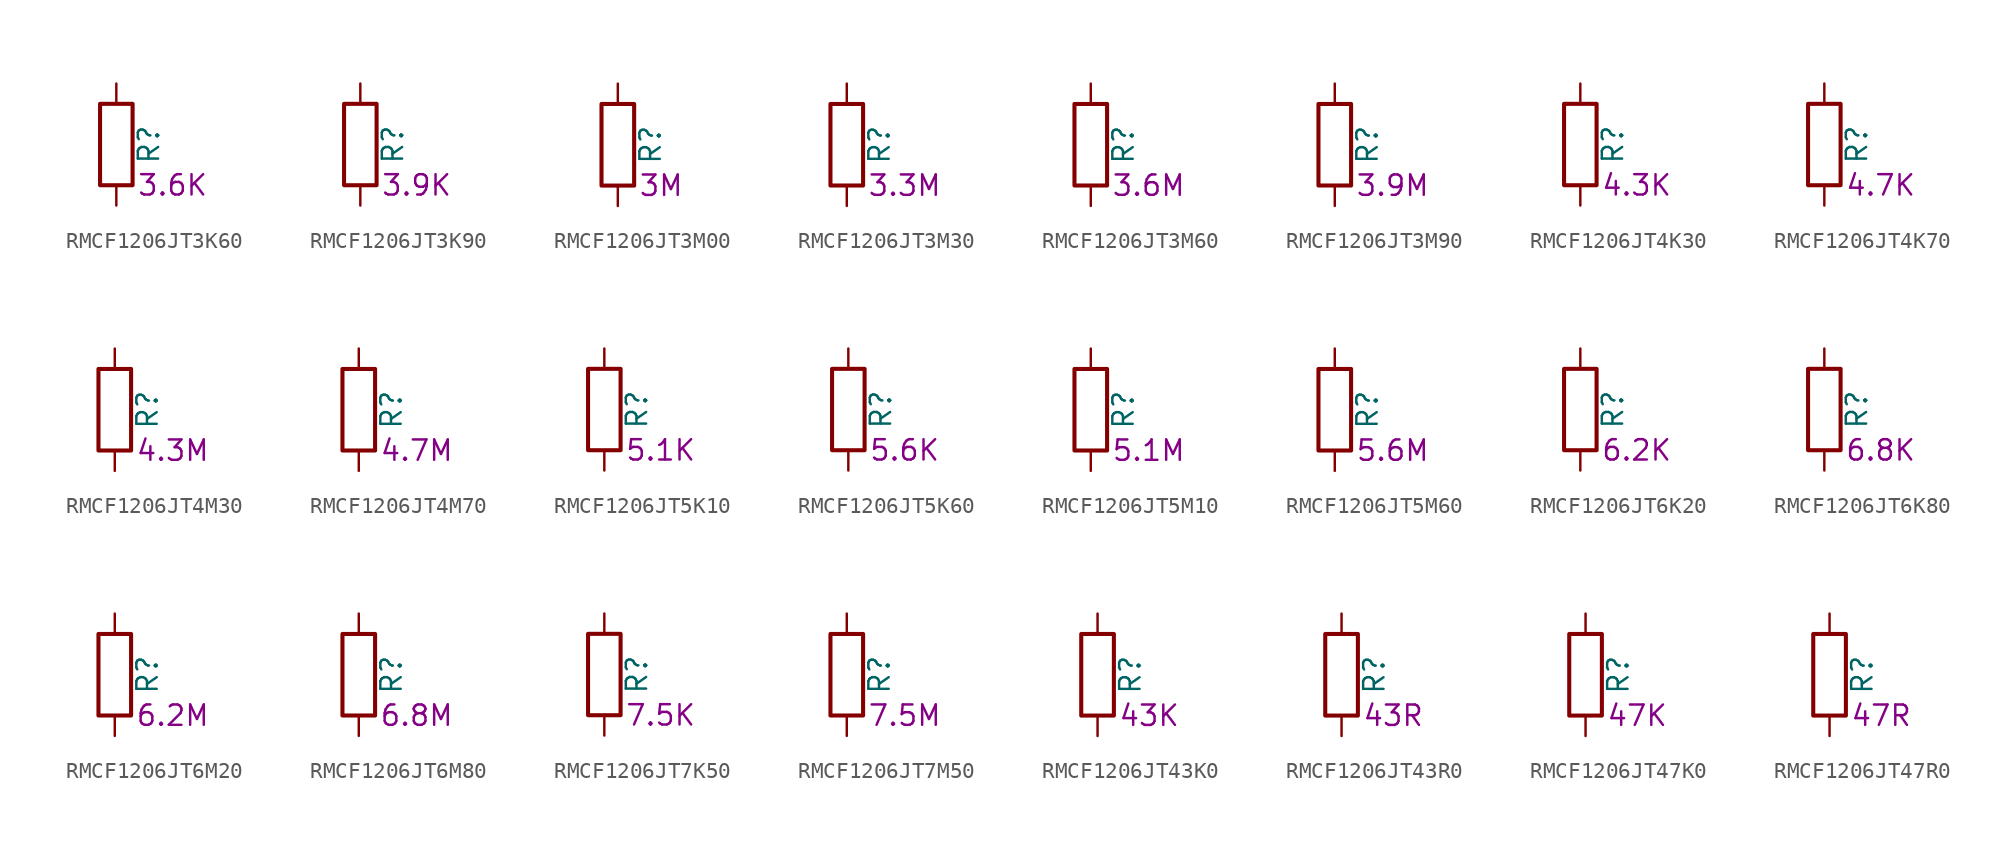
<source format=kicad_sym>
(kicad_symbol_lib
  (version 20220914)
  (generator kicad_symbol_editor)
  (symbol "RMCF1206JT3K60"
    (pin_numbers hide)
    (pin_names
      (offset 0))
    (property "Reference" "R"
      (at 2.032 0 90)
      (effects (font (size 1.27 1.27))))
    (property "Resistance" "3.6K"
      (at 1.27 -2.54 0)
      (effects (font (size 1.27 1.27)) (justify left)))
    (symbol "RMCF1206JT3K60_0_1"
      (rectangle (start -1.016 -2.54) (end 1.016 2.54) (stroke (width 0.254) (type default)) (fill (type none))))
    (symbol "RMCF1206JT3K60_1_1"
      (pin passive line (at 0 3.81 270) (length 1.27) (name "~" (effects (font (size 1.27 1.27)))) (number "1" (effects (font (size 1.27 1.27)))))
      (pin passive line (at 0 -3.81 90) (length 1.27) (name "~" (effects (font (size 1.27 1.27)))) (number "2" (effects (font (size 1.27 1.27)))))))
  (symbol "RMCF1206JT3K90"
    (pin_numbers hide)
    (pin_names
      (offset 0))
    (property "Reference" "R"
      (at 2.032 0 90)
      (effects (font (size 1.27 1.27))))
    (property "Resistance" "3.9K"
      (at 1.27 -2.54 0)
      (effects (font (size 1.27 1.27)) (justify left)))
    (symbol "RMCF1206JT3K90_0_1"
      (rectangle (start -1.016 -2.54) (end 1.016 2.54) (stroke (width 0.254) (type default)) (fill (type none))))
    (symbol "RMCF1206JT3K90_1_1"
      (pin passive line (at 0 3.81 270) (length 1.27) (name "~" (effects (font (size 1.27 1.27)))) (number "1" (effects (font (size 1.27 1.27)))))
      (pin passive line (at 0 -3.81 90) (length 1.27) (name "~" (effects (font (size 1.27 1.27)))) (number "2" (effects (font (size 1.27 1.27)))))))
  (symbol "RMCF1206JT3M00"
    (pin_numbers hide)
    (pin_names
      (offset 0))
    (property "Reference" "R"
      (at 2.032 0 90)
      (effects (font (size 1.27 1.27))))
    (property "Resistance" "3M"
      (at 1.27 -2.54 0)
      (effects (font (size 1.27 1.27)) (justify left)))
    (symbol "RMCF1206JT3M00_0_1"
      (rectangle (start -1.016 -2.54) (end 1.016 2.54) (stroke (width 0.254) (type default)) (fill (type none))))
    (symbol "RMCF1206JT3M00_1_1"
      (pin passive line (at 0 3.81 270) (length 1.27) (name "~" (effects (font (size 1.27 1.27)))) (number "1" (effects (font (size 1.27 1.27)))))
      (pin passive line (at 0 -3.81 90) (length 1.27) (name "~" (effects (font (size 1.27 1.27)))) (number "2" (effects (font (size 1.27 1.27)))))))
  (symbol "RMCF1206JT3M30"
    (pin_numbers hide)
    (pin_names
      (offset 0))
    (property "Reference" "R"
      (at 2.032 0 90)
      (effects (font (size 1.27 1.27))))
    (property "Resistance" "3.3M"
      (at 1.27 -2.54 0)
      (effects (font (size 1.27 1.27)) (justify left)))
    (symbol "RMCF1206JT3M30_0_1"
      (rectangle (start -1.016 -2.54) (end 1.016 2.54) (stroke (width 0.254) (type default)) (fill (type none))))
    (symbol "RMCF1206JT3M30_1_1"
      (pin passive line (at 0 3.81 270) (length 1.27) (name "~" (effects (font (size 1.27 1.27)))) (number "1" (effects (font (size 1.27 1.27)))))
      (pin passive line (at 0 -3.81 90) (length 1.27) (name "~" (effects (font (size 1.27 1.27)))) (number "2" (effects (font (size 1.27 1.27)))))))
  (symbol "RMCF1206JT3M60"
    (pin_numbers hide)
    (pin_names
      (offset 0))
    (property "Reference" "R"
      (at 2.032 0 90)
      (effects (font (size 1.27 1.27))))
    (property "Resistance" "3.6M"
      (at 1.27 -2.54 0)
      (effects (font (size 1.27 1.27)) (justify left)))
    (symbol "RMCF1206JT3M60_0_1"
      (rectangle (start -1.016 -2.54) (end 1.016 2.54) (stroke (width 0.254) (type default)) (fill (type none))))
    (symbol "RMCF1206JT3M60_1_1"
      (pin passive line (at 0 3.81 270) (length 1.27) (name "~" (effects (font (size 1.27 1.27)))) (number "1" (effects (font (size 1.27 1.27)))))
      (pin passive line (at 0 -3.81 90) (length 1.27) (name "~" (effects (font (size 1.27 1.27)))) (number "2" (effects (font (size 1.27 1.27)))))))
  (symbol "RMCF1206JT3M90"
    (pin_numbers hide)
    (pin_names
      (offset 0))
    (property "Reference" "R"
      (at 2.032 0 90)
      (effects (font (size 1.27 1.27))))
    (property "Resistance" "3.9M"
      (at 1.27 -2.54 0)
      (effects (font (size 1.27 1.27)) (justify left)))
    (symbol "RMCF1206JT3M90_0_1"
      (rectangle (start -1.016 -2.54) (end 1.016 2.54) (stroke (width 0.254) (type default)) (fill (type none))))
    (symbol "RMCF1206JT3M90_1_1"
      (pin passive line (at 0 3.81 270) (length 1.27) (name "~" (effects (font (size 1.27 1.27)))) (number "1" (effects (font (size 1.27 1.27)))))
      (pin passive line (at 0 -3.81 90) (length 1.27) (name "~" (effects (font (size 1.27 1.27)))) (number "2" (effects (font (size 1.27 1.27)))))))
  (symbol "RMCF1206JT4K30"
    (pin_numbers hide)
    (pin_names
      (offset 0))
    (property "Reference" "R"
      (at 2.032 0 90)
      (effects (font (size 1.27 1.27))))
    (property "Resistance" "4.3K"
      (at 1.27 -2.54 0)
      (effects (font (size 1.27 1.27)) (justify left)))
    (symbol "RMCF1206JT4K30_0_1"
      (rectangle (start -1.016 -2.54) (end 1.016 2.54) (stroke (width 0.254) (type default)) (fill (type none))))
    (symbol "RMCF1206JT4K30_1_1"
      (pin passive line (at 0 3.81 270) (length 1.27) (name "~" (effects (font (size 1.27 1.27)))) (number "1" (effects (font (size 1.27 1.27)))))
      (pin passive line (at 0 -3.81 90) (length 1.27) (name "~" (effects (font (size 1.27 1.27)))) (number "2" (effects (font (size 1.27 1.27)))))))
  (symbol "RMCF1206JT4K70"
    (pin_numbers hide)
    (pin_names
      (offset 0))
    (property "Reference" "R"
      (at 2.032 0 90)
      (effects (font (size 1.27 1.27))))
    (property "Resistance" "4.7K"
      (at 1.27 -2.54 0)
      (effects (font (size 1.27 1.27)) (justify left)))
    (symbol "RMCF1206JT4K70_0_1"
      (rectangle (start -1.016 -2.54) (end 1.016 2.54) (stroke (width 0.254) (type default)) (fill (type none))))
    (symbol "RMCF1206JT4K70_1_1"
      (pin passive line (at 0 3.81 270) (length 1.27) (name "~" (effects (font (size 1.27 1.27)))) (number "1" (effects (font (size 1.27 1.27)))))
      (pin passive line (at 0 -3.81 90) (length 1.27) (name "~" (effects (font (size 1.27 1.27)))) (number "2" (effects (font (size 1.27 1.27)))))))
  (symbol "RMCF1206JT4M30"
    (pin_numbers hide)
    (pin_names
      (offset 0))
    (property "Reference" "R"
      (at 2.032 0 90)
      (effects (font (size 1.27 1.27))))
    (property "Resistance" "4.3M"
      (at 1.27 -2.54 0)
      (effects (font (size 1.27 1.27)) (justify left)))
    (symbol "RMCF1206JT4M30_0_1"
      (rectangle (start -1.016 -2.54) (end 1.016 2.54) (stroke (width 0.254) (type default)) (fill (type none))))
    (symbol "RMCF1206JT4M30_1_1"
      (pin passive line (at 0 3.81 270) (length 1.27) (name "~" (effects (font (size 1.27 1.27)))) (number "1" (effects (font (size 1.27 1.27)))))
      (pin passive line (at 0 -3.81 90) (length 1.27) (name "~" (effects (font (size 1.27 1.27)))) (number "2" (effects (font (size 1.27 1.27)))))))
  (symbol "RMCF1206JT4M70"
    (pin_numbers hide)
    (pin_names
      (offset 0))
    (property "Reference" "R"
      (at 2.032 0 90)
      (effects (font (size 1.27 1.27))))
    (property "Resistance" "4.7M"
      (at 1.27 -2.54 0)
      (effects (font (size 1.27 1.27)) (justify left)))
    (symbol "RMCF1206JT4M70_0_1"
      (rectangle (start -1.016 -2.54) (end 1.016 2.54) (stroke (width 0.254) (type default)) (fill (type none))))
    (symbol "RMCF1206JT4M70_1_1"
      (pin passive line (at 0 3.81 270) (length 1.27) (name "~" (effects (font (size 1.27 1.27)))) (number "1" (effects (font (size 1.27 1.27)))))
      (pin passive line (at 0 -3.81 90) (length 1.27) (name "~" (effects (font (size 1.27 1.27)))) (number "2" (effects (font (size 1.27 1.27)))))))
  (symbol "RMCF1206JT5K10"
    (pin_numbers hide)
    (pin_names
      (offset 0))
    (property "Reference" "R"
      (at 2.032 0 90)
      (effects (font (size 1.27 1.27))))
    (property "Resistance" "5.1K"
      (at 1.27 -2.54 0)
      (effects (font (size 1.27 1.27)) (justify left)))
    (symbol "RMCF1206JT5K10_0_1"
      (rectangle (start -1.016 -2.54) (end 1.016 2.54) (stroke (width 0.254) (type default)) (fill (type none))))
    (symbol "RMCF1206JT5K10_1_1"
      (pin passive line (at 0 3.81 270) (length 1.27) (name "~" (effects (font (size 1.27 1.27)))) (number "1" (effects (font (size 1.27 1.27)))))
      (pin passive line (at 0 -3.81 90) (length 1.27) (name "~" (effects (font (size 1.27 1.27)))) (number "2" (effects (font (size 1.27 1.27)))))))
  (symbol "RMCF1206JT5K60"
    (pin_numbers hide)
    (pin_names
      (offset 0))
    (property "Reference" "R"
      (at 2.032 0 90)
      (effects (font (size 1.27 1.27))))
    (property "Resistance" "5.6K"
      (at 1.27 -2.54 0)
      (effects (font (size 1.27 1.27)) (justify left)))
    (symbol "RMCF1206JT5K60_0_1"
      (rectangle (start -1.016 -2.54) (end 1.016 2.54) (stroke (width 0.254) (type default)) (fill (type none))))
    (symbol "RMCF1206JT5K60_1_1"
      (pin passive line (at 0 3.81 270) (length 1.27) (name "~" (effects (font (size 1.27 1.27)))) (number "1" (effects (font (size 1.27 1.27)))))
      (pin passive line (at 0 -3.81 90) (length 1.27) (name "~" (effects (font (size 1.27 1.27)))) (number "2" (effects (font (size 1.27 1.27)))))))
  (symbol "RMCF1206JT5M10"
    (pin_numbers hide)
    (pin_names
      (offset 0))
    (property "Reference" "R"
      (at 2.032 0 90)
      (effects (font (size 1.27 1.27))))
    (property "Resistance" "5.1M"
      (at 1.27 -2.54 0)
      (effects (font (size 1.27 1.27)) (justify left)))
    (symbol "RMCF1206JT5M10_0_1"
      (rectangle (start -1.016 -2.54) (end 1.016 2.54) (stroke (width 0.254) (type default)) (fill (type none))))
    (symbol "RMCF1206JT5M10_1_1"
      (pin passive line (at 0 3.81 270) (length 1.27) (name "~" (effects (font (size 1.27 1.27)))) (number "1" (effects (font (size 1.27 1.27)))))
      (pin passive line (at 0 -3.81 90) (length 1.27) (name "~" (effects (font (size 1.27 1.27)))) (number "2" (effects (font (size 1.27 1.27)))))))
  (symbol "RMCF1206JT5M60"
    (pin_numbers hide)
    (pin_names
      (offset 0))
    (property "Reference" "R"
      (at 2.032 0 90)
      (effects (font (size 1.27 1.27))))
    (property "Resistance" "5.6M"
      (at 1.27 -2.54 0)
      (effects (font (size 1.27 1.27)) (justify left)))
    (symbol "RMCF1206JT5M60_0_1"
      (rectangle (start -1.016 -2.54) (end 1.016 2.54) (stroke (width 0.254) (type default)) (fill (type none))))
    (symbol "RMCF1206JT5M60_1_1"
      (pin passive line (at 0 3.81 270) (length 1.27) (name "~" (effects (font (size 1.27 1.27)))) (number "1" (effects (font (size 1.27 1.27)))))
      (pin passive line (at 0 -3.81 90) (length 1.27) (name "~" (effects (font (size 1.27 1.27)))) (number "2" (effects (font (size 1.27 1.27)))))))
  (symbol "RMCF1206JT6K20"
    (pin_numbers hide)
    (pin_names
      (offset 0))
    (property "Reference" "R"
      (at 2.032 0 90)
      (effects (font (size 1.27 1.27))))
    (property "Resistance" "6.2K"
      (at 1.27 -2.54 0)
      (effects (font (size 1.27 1.27)) (justify left)))
    (symbol "RMCF1206JT6K20_0_1"
      (rectangle (start -1.016 -2.54) (end 1.016 2.54) (stroke (width 0.254) (type default)) (fill (type none))))
    (symbol "RMCF1206JT6K20_1_1"
      (pin passive line (at 0 3.81 270) (length 1.27) (name "~" (effects (font (size 1.27 1.27)))) (number "1" (effects (font (size 1.27 1.27)))))
      (pin passive line (at 0 -3.81 90) (length 1.27) (name "~" (effects (font (size 1.27 1.27)))) (number "2" (effects (font (size 1.27 1.27)))))))
  (symbol "RMCF1206JT6K80"
    (pin_numbers hide)
    (pin_names
      (offset 0))
    (property "Reference" "R"
      (at 2.032 0 90)
      (effects (font (size 1.27 1.27))))
    (property "Resistance" "6.8K"
      (at 1.27 -2.54 0)
      (effects (font (size 1.27 1.27)) (justify left)))
    (symbol "RMCF1206JT6K80_0_1"
      (rectangle (start -1.016 -2.54) (end 1.016 2.54) (stroke (width 0.254) (type default)) (fill (type none))))
    (symbol "RMCF1206JT6K80_1_1"
      (pin passive line (at 0 3.81 270) (length 1.27) (name "~" (effects (font (size 1.27 1.27)))) (number "1" (effects (font (size 1.27 1.27)))))
      (pin passive line (at 0 -3.81 90) (length 1.27) (name "~" (effects (font (size 1.27 1.27)))) (number "2" (effects (font (size 1.27 1.27)))))))
  (symbol "RMCF1206JT6M20"
    (pin_numbers hide)
    (pin_names
      (offset 0))
    (property "Reference" "R"
      (at 2.032 0 90)
      (effects (font (size 1.27 1.27))))
    (property "Resistance" "6.2M"
      (at 1.27 -2.54 0)
      (effects (font (size 1.27 1.27)) (justify left)))
    (symbol "RMCF1206JT6M20_0_1"
      (rectangle (start -1.016 -2.54) (end 1.016 2.54) (stroke (width 0.254) (type default)) (fill (type none))))
    (symbol "RMCF1206JT6M20_1_1"
      (pin passive line (at 0 3.81 270) (length 1.27) (name "~" (effects (font (size 1.27 1.27)))) (number "1" (effects (font (size 1.27 1.27)))))
      (pin passive line (at 0 -3.81 90) (length 1.27) (name "~" (effects (font (size 1.27 1.27)))) (number "2" (effects (font (size 1.27 1.27)))))))
  (symbol "RMCF1206JT6M80"
    (pin_numbers hide)
    (pin_names
      (offset 0))
    (property "Reference" "R"
      (at 2.032 0 90)
      (effects (font (size 1.27 1.27))))
    (property "Resistance" "6.8M"
      (at 1.27 -2.54 0)
      (effects (font (size 1.27 1.27)) (justify left)))
    (symbol "RMCF1206JT6M80_0_1"
      (rectangle (start -1.016 -2.54) (end 1.016 2.54) (stroke (width 0.254) (type default)) (fill (type none))))
    (symbol "RMCF1206JT6M80_1_1"
      (pin passive line (at 0 3.81 270) (length 1.27) (name "~" (effects (font (size 1.27 1.27)))) (number "1" (effects (font (size 1.27 1.27)))))
      (pin passive line (at 0 -3.81 90) (length 1.27) (name "~" (effects (font (size 1.27 1.27)))) (number "2" (effects (font (size 1.27 1.27)))))))
  (symbol "RMCF1206JT7K50"
    (pin_numbers hide)
    (pin_names
      (offset 0))
    (property "Reference" "R"
      (at 2.032 0 90)
      (effects (font (size 1.27 1.27))))
    (property "Resistance" "7.5K"
      (at 1.27 -2.54 0)
      (effects (font (size 1.27 1.27)) (justify left)))
    (symbol "RMCF1206JT7K50_0_1"
      (rectangle (start -1.016 -2.54) (end 1.016 2.54) (stroke (width 0.254) (type default)) (fill (type none))))
    (symbol "RMCF1206JT7K50_1_1"
      (pin passive line (at 0 3.81 270) (length 1.27) (name "~" (effects (font (size 1.27 1.27)))) (number "1" (effects (font (size 1.27 1.27)))))
      (pin passive line (at 0 -3.81 90) (length 1.27) (name "~" (effects (font (size 1.27 1.27)))) (number "2" (effects (font (size 1.27 1.27)))))))
  (symbol "RMCF1206JT7M50"
    (pin_numbers hide)
    (pin_names
      (offset 0))
    (property "Reference" "R"
      (at 2.032 0 90)
      (effects (font (size 1.27 1.27))))
    (property "Resistance" "7.5M"
      (at 1.27 -2.54 0)
      (effects (font (size 1.27 1.27)) (justify left)))
    (symbol "RMCF1206JT7M50_0_1"
      (rectangle (start -1.016 -2.54) (end 1.016 2.54) (stroke (width 0.254) (type default)) (fill (type none))))
    (symbol "RMCF1206JT7M50_1_1"
      (pin passive line (at 0 3.81 270) (length 1.27) (name "~" (effects (font (size 1.27 1.27)))) (number "1" (effects (font (size 1.27 1.27)))))
      (pin passive line (at 0 -3.81 90) (length 1.27) (name "~" (effects (font (size 1.27 1.27)))) (number "2" (effects (font (size 1.27 1.27)))))))
  (symbol "RMCF1206JT43K0"
    (pin_numbers hide)
    (pin_names
      (offset 0))
    (property "Reference" "R"
      (at 2.032 0 90)
      (effects (font (size 1.27 1.27))))
    (property "Resistance" "43K"
      (at 1.27 -2.54 0)
      (effects (font (size 1.27 1.27)) (justify left)))
    (symbol "RMCF1206JT43K0_0_1"
      (rectangle (start -1.016 -2.54) (end 1.016 2.54) (stroke (width 0.254) (type default)) (fill (type none))))
    (symbol "RMCF1206JT43K0_1_1"
      (pin passive line (at 0 3.81 270) (length 1.27) (name "~" (effects (font (size 1.27 1.27)))) (number "1" (effects (font (size 1.27 1.27)))))
      (pin passive line (at 0 -3.81 90) (length 1.27) (name "~" (effects (font (size 1.27 1.27)))) (number "2" (effects (font (size 1.27 1.27)))))))
  (symbol "RMCF1206JT43R0"
    (pin_numbers hide)
    (pin_names
      (offset 0))
    (property "Reference" "R"
      (at 2.032 0 90)
      (effects (font (size 1.27 1.27))))
    (property "Resistance" "43R"
      (at 1.27 -2.54 0)
      (effects (font (size 1.27 1.27)) (justify left)))
    (symbol "RMCF1206JT43R0_0_1"
      (rectangle (start -1.016 -2.54) (end 1.016 2.54) (stroke (width 0.254) (type default)) (fill (type none))))
    (symbol "RMCF1206JT43R0_1_1"
      (pin passive line (at 0 3.81 270) (length 1.27) (name "~" (effects (font (size 1.27 1.27)))) (number "1" (effects (font (size 1.27 1.27)))))
      (pin passive line (at 0 -3.81 90) (length 1.27) (name "~" (effects (font (size 1.27 1.27)))) (number "2" (effects (font (size 1.27 1.27)))))))
  (symbol "RMCF1206JT47K0"
    (pin_numbers hide)
    (pin_names
      (offset 0))
    (property "Reference" "R"
      (at 2.032 0 90)
      (effects (font (size 1.27 1.27))))
    (property "Resistance" "47K"
      (at 1.27 -2.54 0)
      (effects (font (size 1.27 1.27)) (justify left)))
    (symbol "RMCF1206JT47K0_0_1"
      (rectangle (start -1.016 -2.54) (end 1.016 2.54) (stroke (width 0.254) (type default)) (fill (type none))))
    (symbol "RMCF1206JT47K0_1_1"
      (pin passive line (at 0 3.81 270) (length 1.27) (name "~" (effects (font (size 1.27 1.27)))) (number "1" (effects (font (size 1.27 1.27)))))
      (pin passive line (at 0 -3.81 90) (length 1.27) (name "~" (effects (font (size 1.27 1.27)))) (number "2" (effects (font (size 1.27 1.27)))))))
  (symbol "RMCF1206JT47R0"
    (pin_numbers hide)
    (pin_names
      (offset 0))
    (property "Reference" "R"
      (at 2.032 0 90)
      (effects (font (size 1.27 1.27))))
    (property "Resistance" "47R"
      (at 1.27 -2.54 0)
      (effects (font (size 1.27 1.27)) (justify left)))
    (symbol "RMCF1206JT47R0_0_1"
      (rectangle (start -1.016 -2.54) (end 1.016 2.54) (stroke (width 0.254) (type default)) (fill (type none))))
    (symbol "RMCF1206JT47R0_1_1"
      (pin passive line (at 0 3.81 270) (length 1.27) (name "~" (effects (font (size 1.27 1.27)))) (number "1" (effects (font (size 1.27 1.27)))))
      (pin passive line (at 0 -3.81 90) (length 1.27) (name "~" (effects (font (size 1.27 1.27)))) (number "2" (effects (font (size 1.27 1.27))))))))
</source>
